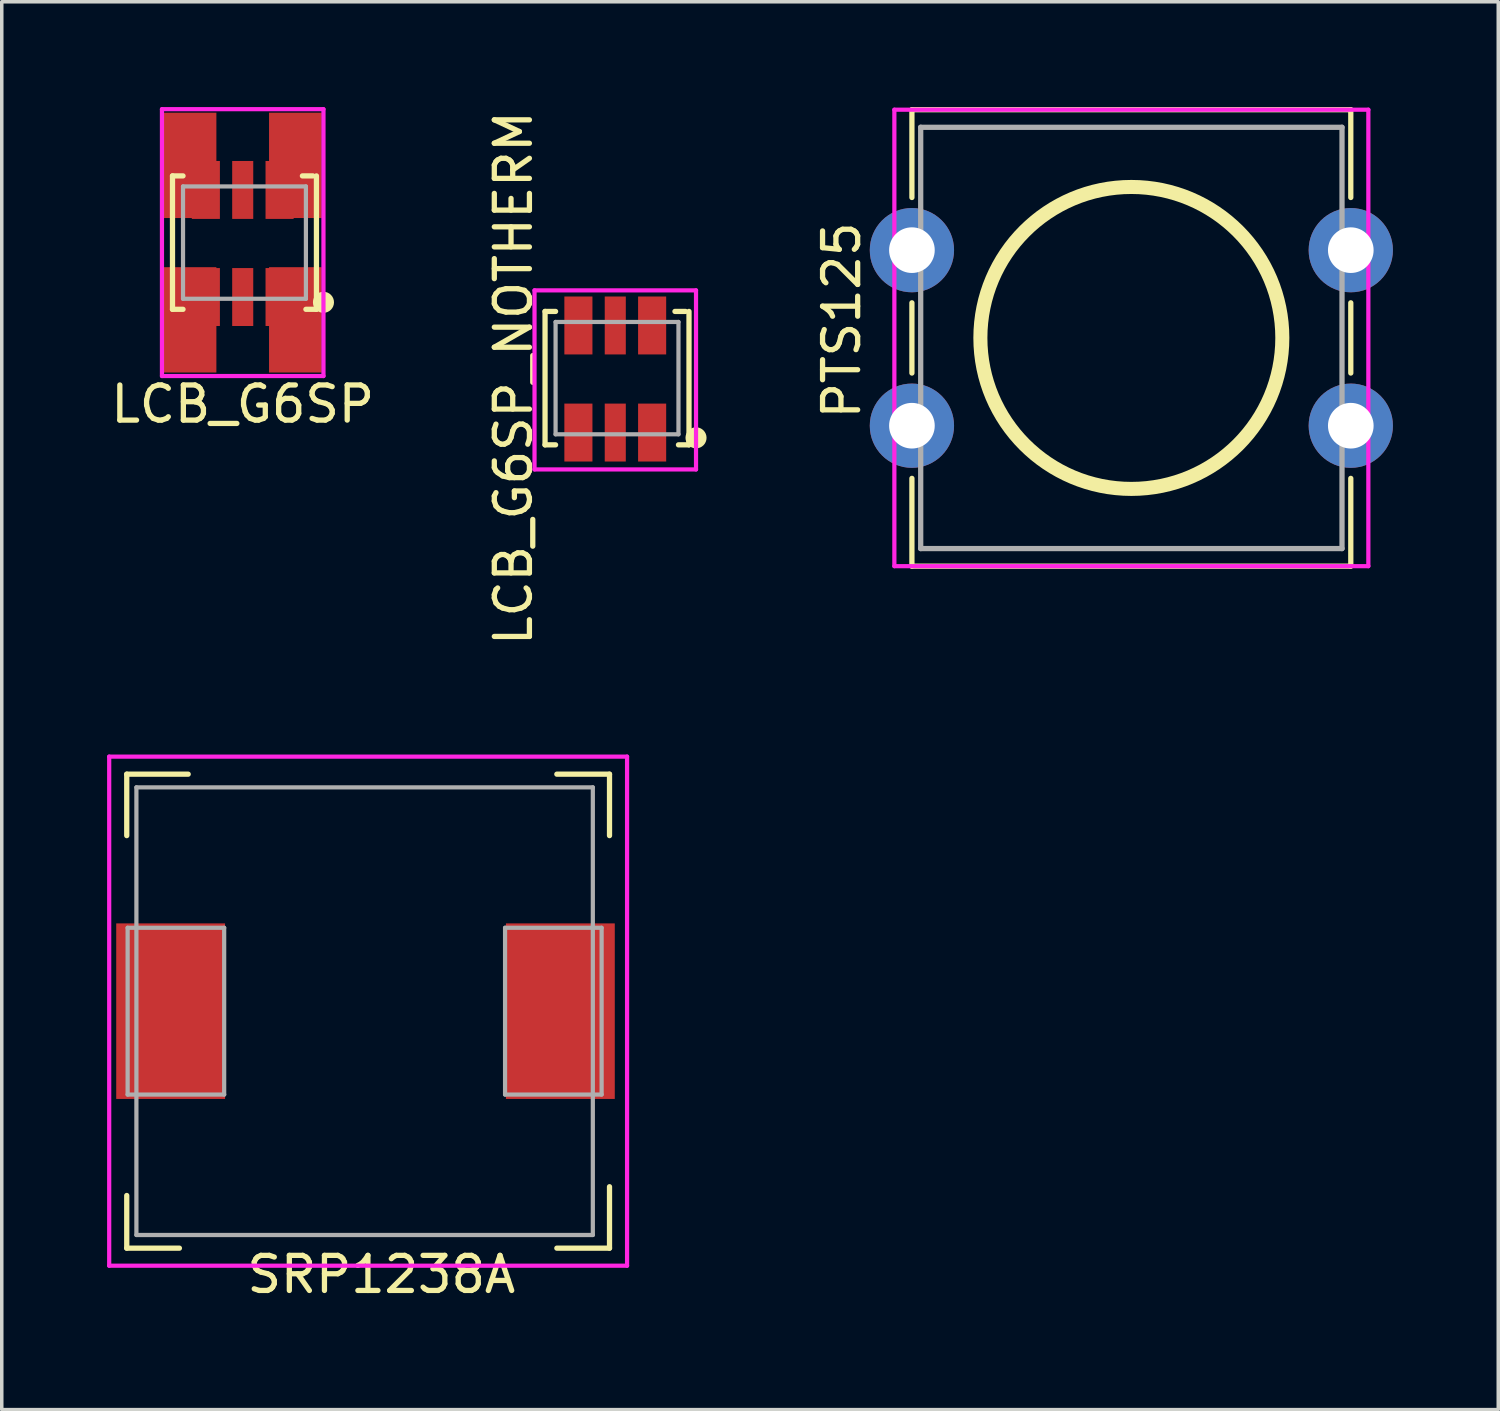
<source format=kicad_pcb>
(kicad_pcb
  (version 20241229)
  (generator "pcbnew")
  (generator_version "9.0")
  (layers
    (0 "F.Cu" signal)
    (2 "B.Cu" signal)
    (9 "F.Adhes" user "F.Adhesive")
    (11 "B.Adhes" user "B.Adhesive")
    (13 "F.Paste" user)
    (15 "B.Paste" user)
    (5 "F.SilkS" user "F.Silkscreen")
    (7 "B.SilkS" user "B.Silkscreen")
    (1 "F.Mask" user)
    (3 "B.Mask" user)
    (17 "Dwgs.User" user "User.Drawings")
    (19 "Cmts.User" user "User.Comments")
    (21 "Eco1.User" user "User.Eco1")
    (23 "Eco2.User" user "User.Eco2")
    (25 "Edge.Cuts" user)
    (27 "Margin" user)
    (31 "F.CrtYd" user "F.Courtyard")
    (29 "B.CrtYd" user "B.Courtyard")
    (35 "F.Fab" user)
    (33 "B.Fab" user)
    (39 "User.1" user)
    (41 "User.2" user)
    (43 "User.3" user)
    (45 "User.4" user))
  (footprint "SRP1238A"
    (layer "F.Cu")
    (at 1.81 25.75)
    (property "Reference" "SRP1238A" (at 6 7.5 0) (layer "F.SilkS") (effects (font (size 1 1) (thickness 0.15))))
    (attr through_hole)
    (fp_line (start -1.25 -6.75) (end -1.25 -5) (stroke (width 0.15) (type solid)) (layer "F.SilkS"))
    (fp_line (start -1.25 5.25) (end -1.25 6.75) (stroke (width 0.15) (type solid)) (layer "F.SilkS"))
    (fp_line (start -1.25 6.75) (end 0.25 6.75) (stroke (width 0.15) (type solid)) (layer "F.SilkS"))
    (fp_line (start 0.5 -6.75) (end -1.25 -6.75) (stroke (width 0.15) (type solid)) (layer "F.SilkS"))
    (fp_line (start 12.5 -6.75) (end 11 -6.75) (stroke (width 0.15) (type solid)) (layer "F.SilkS"))
    (fp_line (start 12.5 -5) (end 12.5 -6.75) (stroke (width 0.15) (type solid)) (layer "F.SilkS"))
    (fp_line (start 12.5 5) (end 12.5 6.75) (stroke (width 0.15) (type solid)) (layer "F.SilkS"))
    (fp_line (start 12.5 6.75) (end 11 6.75) (stroke (width 0.15) (type solid)) (layer "F.SilkS"))
    (fp_line (start -1.75 -7.25) (end -1.75 7.25) (stroke (width 0.12) (type solid)) (layer "F.CrtYd"))
    (fp_line (start -1.75 7.25) (end 13 7.25) (stroke (width 0.12) (type solid)) (layer "F.CrtYd"))
    (fp_line (start 13 -7.25) (end -1.75 -7.25) (stroke (width 0.12) (type solid)) (layer "F.CrtYd"))
    (fp_line (start 13 7.25) (end 13 -7.25) (stroke (width 0.12) (type solid)) (layer "F.CrtYd"))
    (fp_line (start -1.225 -2.375) (end -1.225 2.375) (stroke (width 0.12) (type solid)) (layer "F.Fab"))
    (fp_line (start -1.225 -2.375) (end 1.525 -2.375) (stroke (width 0.12) (type solid)) (layer "F.Fab"))
    (fp_line (start -1.225 2.375) (end 1.525 2.375) (stroke (width 0.12) (type solid)) (layer "F.Fab"))
    (fp_line (start -0.975 -6.375) (end -0.975 6.375) (stroke (width 0.12) (type solid)) (layer "F.Fab"))
    (fp_line (start -0.975 -6.375) (end 12.025 -6.375) (stroke (width 0.12) (type solid)) (layer "F.Fab"))
    (fp_line (start 1.525 2.375) (end 1.525 -2.375) (stroke (width 0.12) (type solid)) (layer "F.Fab"))
    (fp_line (start 9.525 -2.375) (end 9.525 2.375) (stroke (width 0.12) (type solid)) (layer "F.Fab"))
    (fp_line (start 9.525 -2.375) (end 12.275 -2.375) (stroke (width 0.12) (type solid)) (layer "F.Fab"))
    (fp_line (start 9.525 2.375) (end 12.275 2.375) (stroke (width 0.12) (type solid)) (layer "F.Fab"))
    (fp_line (start 12.025 -6.375) (end 12.025 6.375) (stroke (width 0.12) (type solid)) (layer "F.Fab"))
    (fp_line (start 12.025 6.375) (end -0.975 6.375) (stroke (width 0.12) (type solid)) (layer "F.Fab"))
    (fp_line (start 12.275 2.375) (end 12.275 -2.375) (stroke (width 0.12) (type solid)) (layer "F.Fab"))
    (pad "1" smd rect (at 0 0) (size 3.1 5) (layers "F.Cu" "F.Mask" "F.Paste"))
    (pad "2" smd rect (at 11.1 0) (size 3.1 5) (layers "F.Cu" "F.Mask" "F.Paste")))
  (footprint "PTS125"
    (layer "F.Cu")
    (at 22.923 4.075)
    (property "Reference" "PTS125" (at -2 2 90) (layer "F.SilkS") (effects (font (size 1 1) (thickness 0.15))))
    (attr through_hole)
    (fp_line (start 0 -4) (end 0 -1.5) (stroke (width 0.15) (type solid)) (layer "F.SilkS"))
    (fp_line (start 0 1.5) (end 0 3.5) (stroke (width 0.15) (type solid)) (layer "F.SilkS"))
    (fp_line (start 0 6.5) (end 0 9) (stroke (width 0.15) (type solid)) (layer "F.SilkS"))
    (fp_line (start 0 9) (end 12.5 9) (stroke (width 0.15) (type solid)) (layer "F.SilkS"))
    (fp_line (start 12.5 -4) (end 0 -4) (stroke (width 0.15) (type solid)) (layer "F.SilkS"))
    (fp_line (start 12.5 -1.5) (end 12.5 -4) (stroke (width 0.15) (type solid)) (layer "F.SilkS"))
    (fp_line (start 12.5 3.5) (end 12.5 1.5) (stroke (width 0.15) (type solid)) (layer "F.SilkS"))
    (fp_line (start 12.5 9) (end 12.5 6.5) (stroke (width 0.15) (type solid)) (layer "F.SilkS"))
    (fp_circle (center 6.25 2.5) (end 10.55 2.5) (stroke (width 0.4) (type solid)) (fill no) (layer "F.SilkS"))
    (fp_line (start -0.5 -4) (end 13 -4) (stroke (width 0.12) (type solid)) (layer "F.CrtYd"))
    (fp_line (start -0.5 9) (end -0.5 -4) (stroke (width 0.12) (type solid)) (layer "F.CrtYd"))
    (fp_line (start -0.5 9) (end 13 9) (stroke (width 0.12) (type solid)) (layer "F.CrtYd"))
    (fp_line (start 13 -4) (end 13 9) (stroke (width 0.12) (type solid)) (layer "F.CrtYd"))
    (fp_line (start 0.25 -3.5) (end 0.25 8.5) (stroke (width 0.15) (type solid)) (layer "F.Fab"))
    (fp_line (start 0.25 -3.5) (end 12.25 -3.5) (stroke (width 0.15) (type solid)) (layer "F.Fab"))
    (fp_line (start 0.25 8.5) (end 12.25 8.5) (stroke (width 0.15) (type solid)) (layer "F.Fab"))
    (fp_line (start 12.25 8.5) (end 12.25 -3.5) (stroke (width 0.15) (type solid)) (layer "F.Fab"))
    (pad "1" thru_hole circle (at 0 0) (size 2.4 2.4) (drill 1.3) (layers "*.Cu" "*.Mask"))
    (pad "1" thru_hole circle (at 12.5 0) (size 2.4 2.4) (drill 1.3) (layers "*.Cu" "*.Mask"))
    (pad "2" thru_hole circle (at 0 5) (size 2.4 2.4) (drill 1.3) (layers "*.Cu" "*.Mask"))
    (pad "2" thru_hole circle (at 12.5 5) (size 2.4 2.4) (drill 1.3) (layers "*.Cu" "*.Mask")))
  (footprint "LCB_G6SP_NOTHERM"
    (layer "F.Cu")
    (at 14.474 6.22)
    (property "Reference" "LCB_G6SP_NOTHERM" (at -2.9 1.5 270) (layer "F.SilkS") (effects (font (size 1 1) (thickness 0.15))))
    (attr through_hole)
    (fp_line (start -2 -0.4) (end -1.7 -0.4) (stroke (width 0.15) (type solid)) (layer "F.SilkS"))
    (fp_line (start -2 3.4) (end -2 -0.4) (stroke (width 0.15) (type solid)) (layer "F.SilkS"))
    (fp_line (start -1.7 3.4) (end -2 3.4) (stroke (width 0.15) (type solid)) (layer "F.SilkS"))
    (fp_line (start 1.7 -0.4) (end 2 -0.4) (stroke (width 0.15) (type solid)) (layer "F.SilkS"))
    (fp_line (start 2.1 -0.4) (end 2.1 3.4) (stroke (width 0.15) (type solid)) (layer "F.SilkS"))
    (fp_line (start 2.1 3.4) (end 1.8 3.4) (stroke (width 0.15) (type solid)) (layer "F.SilkS"))
    (fp_circle (center 2.3 3.2) (end 2.45 3.2) (stroke (width 0.3) (type solid)) (fill no) (layer "F.SilkS"))
    (fp_line (start -2.3 -1) (end -2.3 4.1) (stroke (width 0.12) (type solid)) (layer "F.CrtYd"))
    (fp_line (start -2.3 4.1) (end 2.3 4.1) (stroke (width 0.12) (type solid)) (layer "F.CrtYd"))
    (fp_line (start 2.3 -1) (end -2.3 -1) (stroke (width 0.12) (type solid)) (layer "F.CrtYd"))
    (fp_line (start 2.3 4.1) (end 2.3 -1) (stroke (width 0.12) (type solid)) (layer "F.CrtYd"))
    (fp_line (start -1.7 -0.1) (end 1.8 -0.1) (stroke (width 0.12) (type solid)) (layer "F.Fab"))
    (fp_line (start -1.7 3.1) (end -1.7 -0.1) (stroke (width 0.12) (type solid)) (layer "F.Fab"))
    (fp_line (start 1.8 -0.1) (end 1.8 3.1) (stroke (width 0.12) (type solid)) (layer "F.Fab"))
    (fp_line (start 1.8 3.1) (end -1.7 3.1) (stroke (width 0.12) (type solid)) (layer "F.Fab"))
    (pad "1" smd rect (at 0 0) (size 0.6 1.65) (layers "F.Cu" "F.Mask" "F.Paste"))
    (pad "2" smd rect (at -1.05 0) (size 0.8 1.65) (layers "F.Cu" "F.Mask" "F.Paste"))
    (pad "2" smd rect (at -1.05 3.05) (size 0.8 1.65) (layers "F.Cu" "F.Mask" "F.Paste"))
    (pad "2" smd rect (at 0 3.05) (size 0.6 1.65) (layers "F.Cu" "F.Mask" "F.Paste"))
    (pad "2" smd rect (at 1.05 0) (size 0.8 1.65) (layers "F.Cu" "F.Mask" "F.Paste"))
    (pad "2" smd rect (at 1.05 3.05) (size 0.8 1.65) (layers "F.Cu" "F.Mask" "F.Paste")))
  (footprint "LCB_G6SP"
    (layer "F.Cu")
    (at 3.863 2.36)
    (property "Reference" "LCB_G6SP" (at 0 6.1 180) (layer "F.SilkS") (effects (font (size 1 1) (thickness 0.15))))
    (attr through_hole)
    (fp_line (start -2 -0.4) (end -1.7 -0.4) (stroke (width 0.15) (type solid)) (layer "F.SilkS"))
    (fp_line (start -2 3.4) (end -2 -0.4) (stroke (width 0.15) (type solid)) (layer "F.SilkS"))
    (fp_line (start -1.7 3.4) (end -2 3.4) (stroke (width 0.15) (type solid)) (layer "F.SilkS"))
    (fp_line (start 1.7 -0.4) (end 2 -0.4) (stroke (width 0.15) (type solid)) (layer "F.SilkS"))
    (fp_line (start 2.1 -0.4) (end 2.1 3.4) (stroke (width 0.15) (type solid)) (layer "F.SilkS"))
    (fp_line (start 2.1 3.4) (end 1.8 3.4) (stroke (width 0.15) (type solid)) (layer "F.SilkS"))
    (fp_circle (center 2.3 3.2) (end 2.45 3.2) (stroke (width 0.3) (type solid)) (fill no) (layer "F.SilkS"))
    (fp_line (start -2.3 -2.3) (end 2.3 -2.3) (stroke (width 0.12) (type solid)) (layer "F.CrtYd"))
    (fp_line (start -2.3 5.3) (end -2.3 -2.3) (stroke (width 0.12) (type solid)) (layer "F.CrtYd"))
    (fp_line (start 2.3 -2.3) (end 2.3 5.3) (stroke (width 0.12) (type solid)) (layer "F.CrtYd"))
    (fp_line (start 2.3 5.3) (end -2.3 5.3) (stroke (width 0.12) (type solid)) (layer "F.CrtYd"))
    (fp_line (start -1.7 -0.1) (end 1.8 -0.1) (stroke (width 0.12) (type solid)) (layer "F.Fab"))
    (fp_line (start -1.7 3.1) (end -1.7 -0.1) (stroke (width 0.12) (type solid)) (layer "F.Fab"))
    (fp_line (start 1.8 -0.1) (end 1.8 3.1) (stroke (width 0.12) (type solid)) (layer "F.Fab"))
    (fp_line (start 1.8 3.1) (end -1.7 3.1) (stroke (width 0.12) (type solid)) (layer "F.Fab"))
    (pad "1" smd rect (at 0 0) (size 0.6 1.65) (layers "F.Cu" "F.Mask" "F.Paste"))
    (pad "2" smd rect (at -1.5 -0.7) (size 1.5 3) (layers "F.Cu" "F.Mask" "F.Paste"))
    (pad "2" smd rect (at -1.5 3.7) (size 1.5 3) (layers "F.Cu" "F.Mask" "F.Paste"))
    (pad "2" smd rect (at -1.05 0) (size 0.8 1.65) (layers "F.Cu" "F.Mask" "F.Paste"))
    (pad "2" smd rect (at -1.05 3.05) (size 0.8 1.65) (layers "F.Cu" "F.Mask" "F.Paste"))
    (pad "2" smd rect (at 0 3.05) (size 0.6 1.65) (layers "F.Cu" "F.Mask" "F.Paste"))
    (pad "2" smd rect (at 1.05 0) (size 0.8 1.65) (layers "F.Cu" "F.Mask" "F.Paste"))
    (pad "2" smd rect (at 1.05 3.05) (size 0.8 1.65) (layers "F.Cu" "F.Mask" "F.Paste"))
    (pad "2" smd rect (at 1.5 -0.7) (size 1.5 3) (layers "F.Cu" "F.Mask" "F.Paste"))
    (pad "2" smd rect (at 1.5 3.7) (size 1.5 3) (layers "F.Cu" "F.Mask" "F.Paste")))
  (gr_rect
    (start -3 -3)
    (end 39.623 37.099)
    (stroke (width 0.1) (type default))
    (fill no)
    (layer "Edge.Cuts")))
</source>
